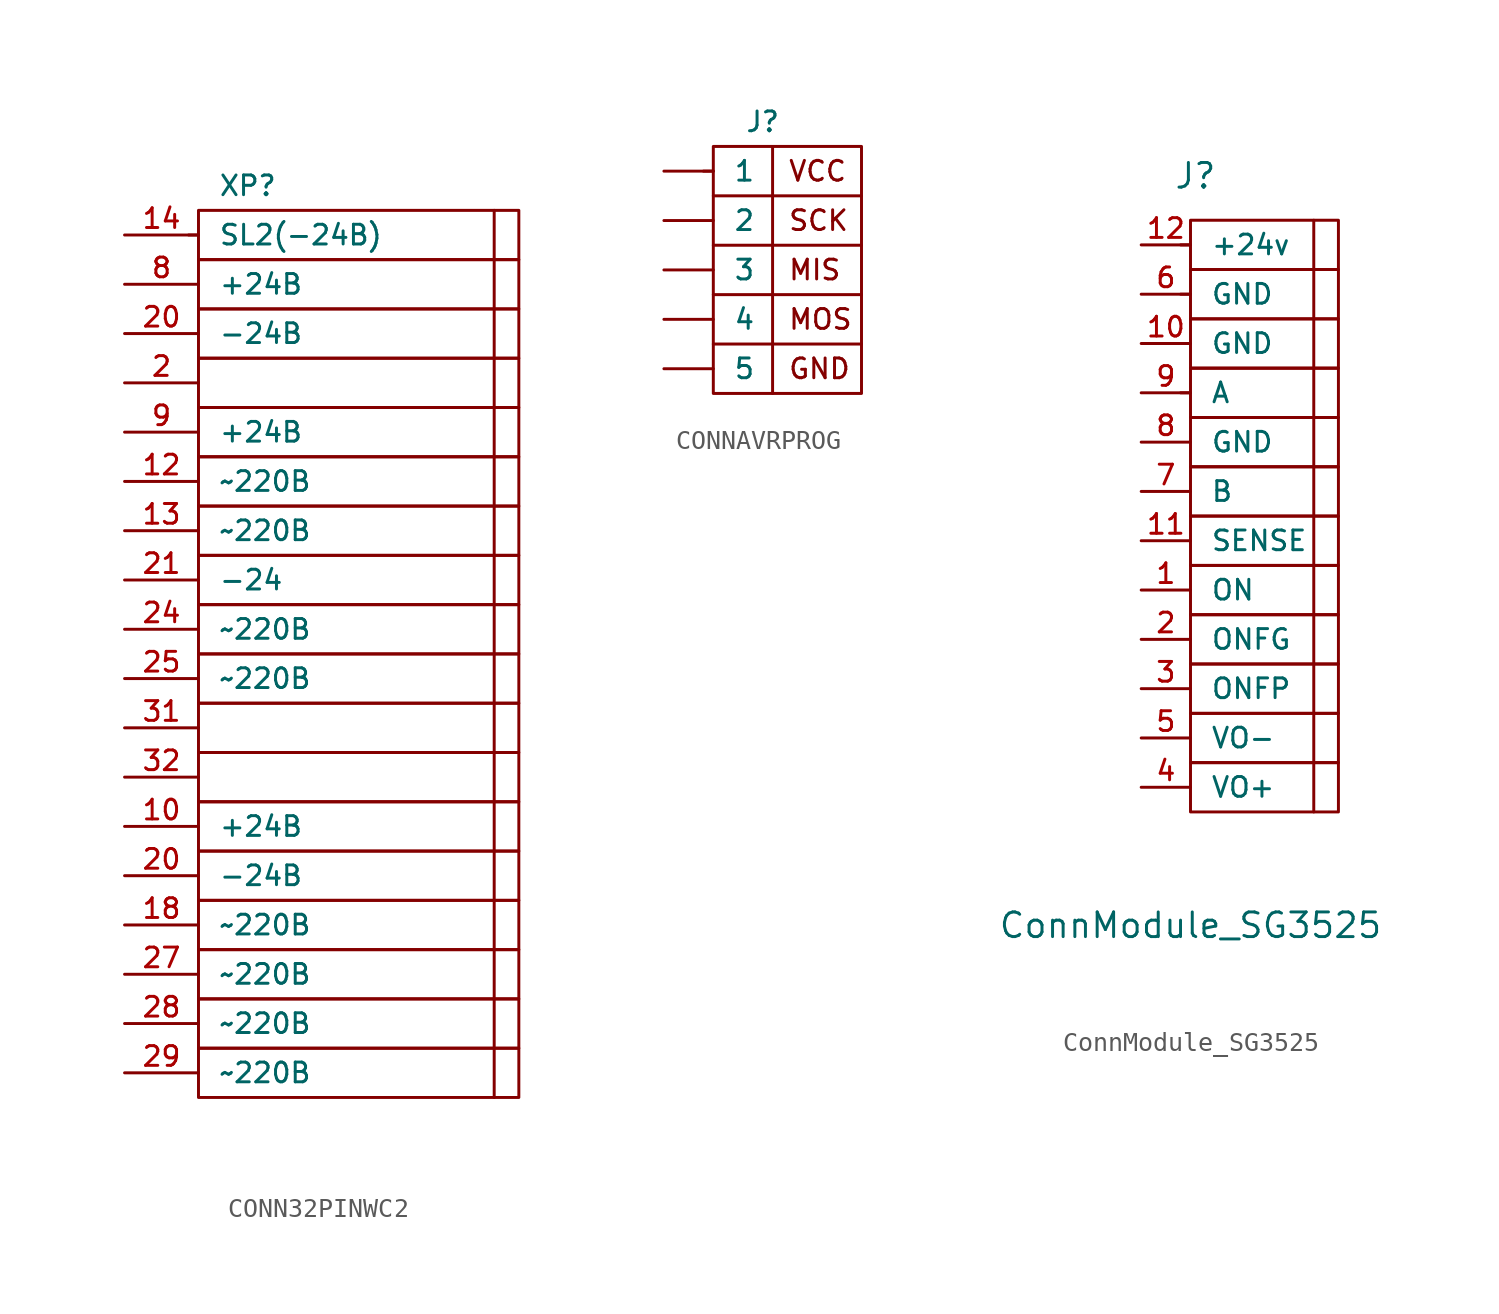
<source format=kicad_sym>
(kicad_symbol_lib
  (version 20241209)
  (generator "kicad_symbol_editor")
  (generator_version "9.0")
  (symbol "CONN32PINWC2"
    (pin_names
      (offset 1.016))
    (property "Reference" "XP"
      (at 0 2.54 0)
      (effects (font (size 1.016 1.016))))
    (symbol "CONN32PINWC2_0_1"
      (polyline (pts (xy -3.048 0) (xy -2.54 0)) (stroke (width 0) (type default)) (fill (type none)))
      (rectangle (start -2.54 1.27) (end 13.97 -1.27) (stroke (width 0) (type default)) (fill (type none)))
      (rectangle (start -2.54 -1.27) (end 13.97 -3.81) (stroke (width 0) (type default)) (fill (type none)))
      (rectangle (start -2.54 -3.81) (end 13.97 -6.35) (stroke (width 0) (type default)) (fill (type none)))
      (rectangle (start -2.54 -6.35) (end 13.97 -8.89) (stroke (width 0) (type default)) (fill (type none)))
      (rectangle (start -2.54 -8.89) (end 13.97 -11.43) (stroke (width 0) (type default)) (fill (type none)))
      (rectangle (start -2.54 -11.43) (end 13.97 -13.97) (stroke (width 0) (type default)) (fill (type none)))
      (rectangle (start -2.54 -13.97) (end 13.97 -16.51) (stroke (width 0) (type default)) (fill (type none)))
      (rectangle (start -2.54 -16.51) (end 13.97 -19.05) (stroke (width 0) (type default)) (fill (type none)))
      (rectangle (start -2.54 -19.05) (end 13.97 -21.59) (stroke (width 0) (type default)) (fill (type none)))
      (rectangle (start -2.54 -21.59) (end 13.97 -24.13) (stroke (width 0) (type default)) (fill (type none)))
      (rectangle (start -2.54 -24.13) (end 13.97 -26.67) (stroke (width 0) (type default)) (fill (type none)))
      (rectangle (start -2.54 -26.67) (end 13.97 -29.21) (stroke (width 0) (type default)) (fill (type none)))
      (rectangle (start -2.54 -29.21) (end 13.97 -31.75) (stroke (width 0) (type default)) (fill (type none)))
      (rectangle (start -2.54 -31.75) (end 13.97 -34.29) (stroke (width 0) (type default)) (fill (type none)))
      (rectangle (start -2.54 -34.29) (end 13.97 -36.83) (stroke (width 0) (type default)) (fill (type none)))
      (rectangle (start -2.54 -36.83) (end 13.97 -39.37) (stroke (width 0) (type default)) (fill (type none)))
      (rectangle (start -2.54 -39.37) (end 13.97 -41.91) (stroke (width 0) (type default)) (fill (type none)))
      (rectangle (start -2.54 -41.91) (end 13.97 -44.45) (stroke (width 0) (type default)) (fill (type none)))
      (polyline (pts (xy 12.7 1.27) (xy 12.7 -44.45)) (stroke (width 0) (type default)) (fill (type none))))
    (symbol "CONN32PINWC2_1_1"
      (pin passive line (at -6.35 0 0) (length 3.81) (name "SL2(-24В)" (effects (font (size 1.016 1.016)))) (number "14" (effects (font (size 1.016 1.016)))))
      (pin passive line (at -6.35 -2.54 0) (length 3.81) (name "+24В" (effects (font (size 1.016 1.016)))) (number "8" (effects (font (size 1.016 1.016)))))
      (pin passive line (at -6.35 -5.08 0) (length 3.81) (name "-24В" (effects (font (size 1.016 1.016)))) (number "20" (effects (font (size 1.016 1.016)))))
      (pin passive line (at -6.35 -7.62 0) (length 3.81) (name "" (effects (font (size 1.016 1.016)))) (number "2" (effects (font (size 1.016 1.016)))))
      (pin passive line (at -6.35 -10.16 0) (length 3.81) (name "+24В" (effects (font (size 1.016 1.016)))) (number "9" (effects (font (size 1.016 1.016)))))
      (pin passive line (at -6.35 -12.7 0) (length 3.81) (name "~220В" (effects (font (size 1.016 1.016)))) (number "12" (effects (font (size 1.016 1.016)))))
      (pin passive line (at -6.35 -15.24 0) (length 3.81) (name "~220В" (effects (font (size 1.016 1.016)))) (number "13" (effects (font (size 1.016 1.016)))))
      (pin passive line (at -6.35 -17.78 0) (length 3.81) (name "-24" (effects (font (size 1.016 1.016)))) (number "21" (effects (font (size 1.016 1.016)))))
      (pin passive line (at -6.35 -20.32 0) (length 3.81) (name "~220В" (effects (font (size 1.016 1.016)))) (number "24" (effects (font (size 1.016 1.016)))))
      (pin passive line (at -6.35 -22.86 0) (length 3.81) (name "~220В" (effects (font (size 1.016 1.016)))) (number "25" (effects (font (size 1.016 1.016)))))
      (pin passive line (at -6.35 -25.4 0) (length 3.81) (name "" (effects (font (size 1.016 1.016)))) (number "31" (effects (font (size 1.016 1.016)))))
      (pin passive line (at -6.35 -27.94 0) (length 3.81) (name "" (effects (font (size 1.016 1.016)))) (number "32" (effects (font (size 1.016 1.016)))))
      (pin passive line (at -6.35 -30.48 0) (length 3.81) (name "+24В" (effects (font (size 1.016 1.016)))) (number "10" (effects (font (size 1.016 1.016)))))
      (pin passive line (at -6.35 -33.02 0) (length 3.81) (name "-24В" (effects (font (size 1.016 1.016)))) (number "20" (effects (font (size 1.016 1.016)))))
      (pin passive line (at -6.35 -35.56 0) (length 3.81) (name "~220В" (effects (font (size 1.016 1.016)))) (number "18" (effects (font (size 1.016 1.016)))))
      (pin passive line (at -6.35 -38.1 0) (length 3.81) (name "~220В" (effects (font (size 1.016 1.016)))) (number "27" (effects (font (size 1.016 1.016)))))
      (pin passive line (at -6.35 -40.64 0) (length 3.81) (name "~220В" (effects (font (size 1.016 1.016)))) (number "28" (effects (font (size 1.016 1.016)))))
      (pin passive line (at -6.35 -43.18 0) (length 3.81) (name "~220В" (effects (font (size 1.016 1.016)))) (number "29" (effects (font (size 1.016 1.016)))))))
  (symbol "CONNAVRPROG"
    (pin_numbers
      (hide yes))
    (pin_names
      (offset 1.016))
    (property "Reference" "J"
      (at 0 2.54 0)
      (effects (font (size 1.016 1.016))))
    (symbol "CONNAVRPROG_0_1"
      (polyline (pts (xy -3.048 0) (xy -2.54 0)) (stroke (width 0) (type default)) (fill (type none)))
      (rectangle (start -2.54 1.27) (end 5.08 -11.43) (stroke (width 0) (type default)) (fill (type none)))
      (polyline (pts (xy -2.54 -1.27) (xy 5.08 -1.27)) (stroke (width 0) (type default)) (fill (type none)))
      (polyline (pts (xy -2.54 -3.81) (xy 5.08 -3.81)) (stroke (width 0) (type default)) (fill (type none)))
      (polyline (pts (xy -2.54 -6.35) (xy 5.08 -6.35)) (stroke (width 0) (type default)) (fill (type none)))
      (polyline (pts (xy -2.54 -8.89) (xy 5.08 -8.89)) (stroke (width 0) (type default)) (fill (type none)))
      (polyline (pts (xy 0.508 1.27) (xy 0.508 -11.43)) (stroke (width 0) (type default)) (fill (type none))))
    (symbol "CONNAVRPROG_1_1"
      (text "VCC" (at 1.27 0 0) (effects (font (size 1.016 1.016)) (justify left)))
      (text "SCK" (at 1.27 -2.54 0) (effects (font (size 1.016 1.016)) (justify left)))
      (text "MIS" (at 1.27 -5.08 0) (effects (font (size 1.016 1.016)) (justify left)))
      (text "MOS" (at 1.27 -7.62 0) (effects (font (size 1.016 1.016)) (justify left)))
      (text "GND" (at 1.27 -10.16 0) (effects (font (size 1.016 1.016)) (justify left)))
      (pin passive line (at -5.08 0 0) (length 2.54) (name "1" (effects (font (size 1.016 1.016)))) (number "1" (effects (font (size 1.016 1.016)))))
      (pin passive line (at -5.08 -2.54 0) (length 2.54) (name "2" (effects (font (size 1.016 1.016)))) (number "2" (effects (font (size 1.016 1.016)))))
      (pin passive line (at -5.08 -5.08 0) (length 2.54) (name "3" (effects (font (size 1.016 1.016)))) (number "3" (effects (font (size 1.016 1.016)))))
      (pin passive line (at -5.08 -7.62 0) (length 2.54) (name "4" (effects (font (size 1.016 1.016)))) (number "4" (effects (font (size 1.016 1.016)))))
      (pin passive line (at -5.08 -10.16 0) (length 2.54) (name "5" (effects (font (size 1.016 1.016)))) (number "5" (effects (font (size 1.016 1.016)))))))
  (symbol "ConnModule_SG3525"
    (pin_names
      (offset 1.016))
    (property "Reference" "J"
      (at 0.254 14.986 0)
      (effects (font (size 1.27 1.27))))
    (property "Value" "ConnModule_SG3525"
      (at 0 -23.622 0)
      (effects (font (size 1.27 1.27))))
    (symbol "ConnModule_SG3525_0_1"
      (polyline (pts (xy -0.508 11.43) (xy 0 11.43)) (stroke (width 0) (type default)) (fill (type none)))
      (polyline (pts (xy -0.508 8.89) (xy 0 8.89)) (stroke (width 0) (type default)) (fill (type none)))
      (polyline (pts (xy -0.508 6.35) (xy 0 6.35)) (stroke (width 0) (type default)) (fill (type none)))
      (polyline (pts (xy -0.508 3.81) (xy 0 3.81)) (stroke (width 0) (type default)) (fill (type none)))
      (rectangle (start 0 12.7) (end 7.62 10.16) (stroke (width 0) (type default)) (fill (type none)))
      (rectangle (start 0 10.16) (end 7.62 7.62) (stroke (width 0) (type default)) (fill (type none)))
      (rectangle (start 0 7.62) (end 7.62 5.08) (stroke (width 0) (type default)) (fill (type none)))
      (rectangle (start 0 5.08) (end 7.62 2.54) (stroke (width 0) (type default)) (fill (type none)))
      (rectangle (start 0 2.54) (end 7.62 0) (stroke (width 0) (type default)) (fill (type none)))
      (rectangle (start 0 0) (end 7.62 -2.54) (stroke (width 0) (type default)) (fill (type none)))
      (rectangle (start 0 -2.54) (end 7.62 -5.08) (stroke (width 0) (type default)) (fill (type none)))
      (rectangle (start 0 -5.08) (end 7.62 -7.62) (stroke (width 0) (type default)) (fill (type none)))
      (rectangle (start 0 -7.62) (end 7.62 -10.16) (stroke (width 0) (type default)) (fill (type none)))
      (rectangle (start 0 -10.16) (end 7.62 -12.7) (stroke (width 0) (type default)) (fill (type none)))
      (rectangle (start 0 -12.7) (end 7.62 -15.24) (stroke (width 0) (type default)) (fill (type none)))
      (rectangle (start 0 -15.24) (end 7.62 -17.78) (stroke (width 0) (type default)) (fill (type none)))
      (polyline (pts (xy 6.35 12.7) (xy 6.35 -17.78)) (stroke (width 0) (type default)) (fill (type none))))
    (symbol "ConnModule_SG3525_1_1"
      (pin bidirectional line (at -2.54 11.43 0) (length 2.54) (name "+24v" (effects (font (size 1.016 1.016)))) (number "12" (effects (font (size 1.016 1.016)))))
      (pin bidirectional line (at -2.54 8.89 0) (length 2.54) (name "GND" (effects (font (size 1.016 1.016)))) (number "6" (effects (font (size 1.016 1.016)))))
      (pin bidirectional line (at -2.54 6.35 0) (length 2.54) (name "GND" (effects (font (size 1.016 1.016)))) (number "10" (effects (font (size 1.016 1.016)))))
      (pin bidirectional line (at -2.54 3.81 0) (length 2.54) (name "A" (effects (font (size 1.016 1.016)))) (number "9" (effects (font (size 1.016 1.016)))))
      (pin bidirectional line (at -2.54 1.27 0) (length 2.54) (name "GND" (effects (font (size 1.016 1.016)))) (number "8" (effects (font (size 1.016 1.016)))))
      (pin bidirectional line (at -2.54 -1.27 0) (length 2.54) (name "B" (effects (font (size 1.016 1.016)))) (number "7" (effects (font (size 1.016 1.016)))))
      (pin bidirectional line (at -2.54 -3.81 0) (length 2.54) (name "SENSE" (effects (font (size 1.016 1.016)))) (number "11" (effects (font (size 1.016 1.016)))))
      (pin bidirectional line (at -2.54 -6.35 0) (length 2.54) (name "ON" (effects (font (size 1.016 1.016)))) (number "1" (effects (font (size 1.016 1.016)))))
      (pin bidirectional line (at -2.54 -8.89 0) (length 2.54) (name "ONFG" (effects (font (size 1.016 1.016)))) (number "2" (effects (font (size 1.016 1.016)))))
      (pin bidirectional line (at -2.54 -11.43 0) (length 2.54) (name "ONFP" (effects (font (size 1.016 1.016)))) (number "3" (effects (font (size 1.016 1.016)))))
      (pin bidirectional line (at -2.54 -13.97 0) (length 2.54) (name "VO-" (effects (font (size 1.016 1.016)))) (number "5" (effects (font (size 1.016 1.016)))))
      (pin bidirectional line (at -2.54 -16.51 0) (length 2.54) (name "VO+" (effects (font (size 1.016 1.016)))) (number "4" (effects (font (size 1.016 1.016))))))))
</source>
